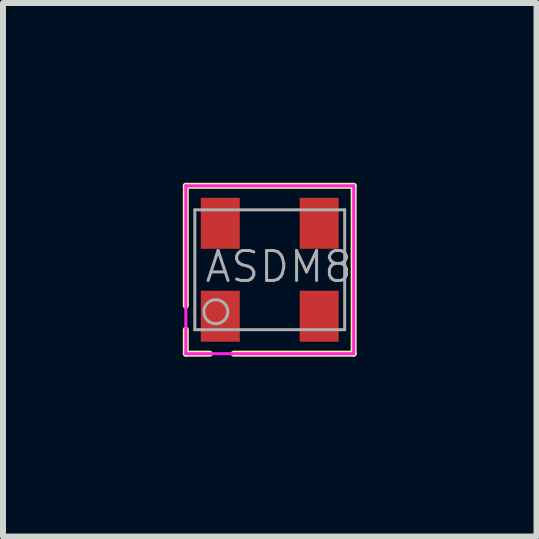
<source format=kicad_pcb>
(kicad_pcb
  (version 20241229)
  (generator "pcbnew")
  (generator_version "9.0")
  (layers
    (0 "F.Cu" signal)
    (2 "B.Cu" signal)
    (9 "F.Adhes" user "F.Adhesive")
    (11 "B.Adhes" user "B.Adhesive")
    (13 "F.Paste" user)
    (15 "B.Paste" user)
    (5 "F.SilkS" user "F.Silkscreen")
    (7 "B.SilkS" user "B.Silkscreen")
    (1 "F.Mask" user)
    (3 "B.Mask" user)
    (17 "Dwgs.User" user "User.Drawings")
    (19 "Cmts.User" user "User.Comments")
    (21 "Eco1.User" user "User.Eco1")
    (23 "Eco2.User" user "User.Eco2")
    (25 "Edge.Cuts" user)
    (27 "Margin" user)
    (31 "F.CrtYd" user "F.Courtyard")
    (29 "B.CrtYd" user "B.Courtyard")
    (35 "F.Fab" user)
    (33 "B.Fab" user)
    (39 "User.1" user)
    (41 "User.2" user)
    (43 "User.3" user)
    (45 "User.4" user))
  (footprint "ASDM8"
    (layer "F.Cu")
    (at 1.45 1.45)
    (property "Reference" "ASDM8" (at 0.15 -0.05 0) (layer "F.Fab") (effects (font (size 0.5 0.5) (thickness 0.05))))
    (attr smd)
    (fp_line (start -1.4 -1.4) (end 1.4 -1.4) (stroke (width 0.1) (type solid)) (layer "F.SilkS"))
    (fp_line (start -1.4 0.6) (end -1.4 -1.4) (stroke (width 0.1) (type solid)) (layer "F.SilkS"))
    (fp_line (start -1.4 1) (end -1.4 1.4) (stroke (width 0.1) (type solid)) (layer "F.SilkS"))
    (fp_line (start -1.4 1.4) (end -1 1.4) (stroke (width 0.1) (type solid)) (layer "F.SilkS"))
    (fp_line (start 1.4 -1.4) (end 1.4 1.4) (stroke (width 0.1) (type solid)) (layer "F.SilkS"))
    (fp_line (start 1.4 1.4) (end -0.6 1.4) (stroke (width 0.1) (type solid)) (layer "F.SilkS"))
    (fp_line (start -1.4 -1.4) (end 1.4 -1.4) (stroke (width 0.05) (type solid)) (layer "F.CrtYd"))
    (fp_line (start -1.4 1.4) (end -1.4 -1.4) (stroke (width 0.05) (type solid)) (layer "F.CrtYd"))
    (fp_line (start 1.4 -1.4) (end 1.4 1.4) (stroke (width 0.05) (type solid)) (layer "F.CrtYd"))
    (fp_line (start 1.4 1.4) (end -1.4 1.4) (stroke (width 0.05) (type solid)) (layer "F.CrtYd"))
    (fp_line (start -1.25 -1) (end 1.25 -1) (stroke (width 0.05) (type solid)) (layer "F.Fab"))
    (fp_line (start -1.25 1) (end -1.25 -1) (stroke (width 0.05) (type solid)) (layer "F.Fab"))
    (fp_line (start 1.25 -1) (end 1.25 1) (stroke (width 0.05) (type solid)) (layer "F.Fab"))
    (fp_line (start 1.25 1) (end -1.25 1) (stroke (width 0.05) (type solid)) (layer "F.Fab"))
    (fp_circle (center -0.9 0.7) (end -0.7 0.7) (stroke (width 0.05) (type solid)) (fill no) (layer "F.Fab"))
    (pad "1" smd rect (at -0.825 0.775) (size 0.65 0.85) (layers "F.Cu" "F.Mask" "F.Paste"))
    (pad "2" smd rect (at 0.825 0.775) (size 0.65 0.85) (layers "F.Cu" "F.Mask" "F.Paste"))
    (pad "3" smd rect (at 0.825 -0.775) (size 0.65 0.85) (layers "F.Cu" "F.Mask" "F.Paste"))
    (pad "4" smd rect (at -0.825 -0.775) (size 0.65 0.85) (layers "F.Cu" "F.Mask" "F.Paste")))
  (gr_rect
    (start -3 -3)
    (end 5.9 5.9)
    (stroke (width 0.1) (type default))
    (fill no)
    (layer "Edge.Cuts")))
</source>
